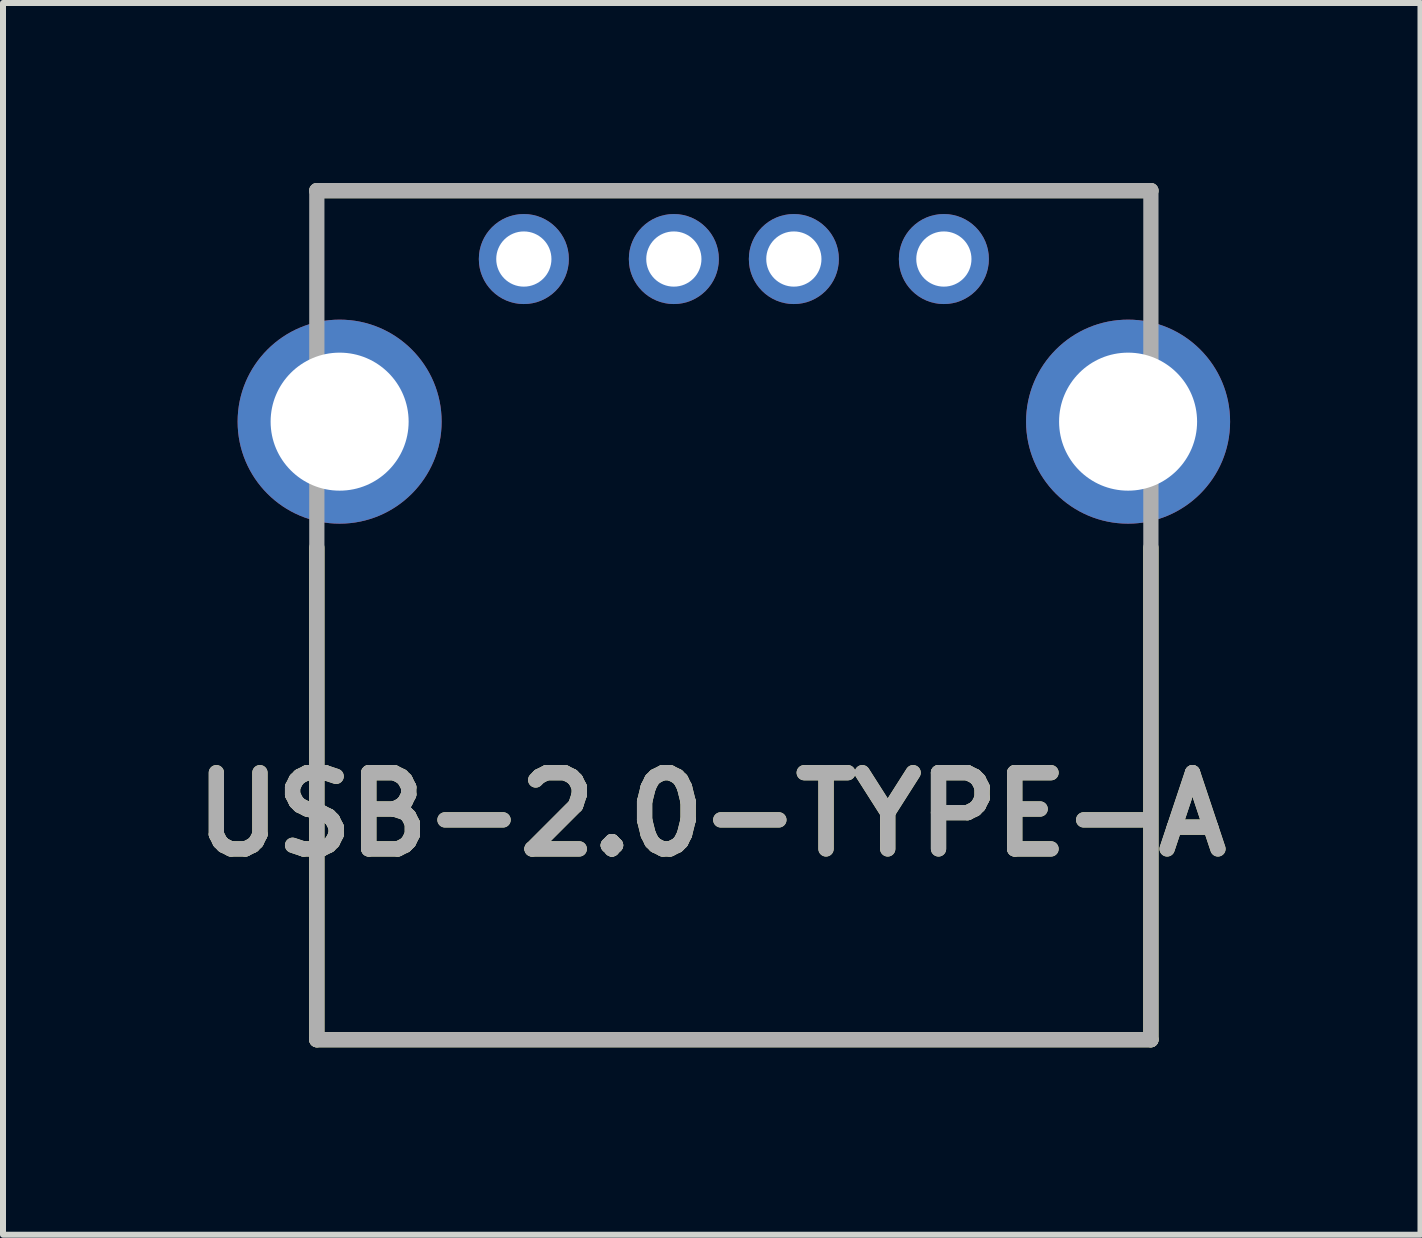
<source format=kicad_pcb>
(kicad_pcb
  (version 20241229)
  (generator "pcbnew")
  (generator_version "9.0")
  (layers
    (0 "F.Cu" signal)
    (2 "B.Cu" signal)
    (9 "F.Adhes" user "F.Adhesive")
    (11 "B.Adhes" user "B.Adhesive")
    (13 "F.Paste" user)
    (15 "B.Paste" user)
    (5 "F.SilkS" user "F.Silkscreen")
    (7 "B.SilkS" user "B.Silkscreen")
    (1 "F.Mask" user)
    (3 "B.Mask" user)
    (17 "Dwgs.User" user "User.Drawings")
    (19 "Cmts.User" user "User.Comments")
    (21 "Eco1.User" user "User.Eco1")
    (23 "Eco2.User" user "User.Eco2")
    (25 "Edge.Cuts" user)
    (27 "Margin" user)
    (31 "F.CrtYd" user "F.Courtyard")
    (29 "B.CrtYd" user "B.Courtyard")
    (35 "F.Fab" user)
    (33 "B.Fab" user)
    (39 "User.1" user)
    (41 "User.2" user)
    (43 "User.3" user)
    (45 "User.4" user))
  (footprint "USB-2.0-TYPE-A"
    (layer "F.Cu")
    (at 9.18 14.277)
    (property "Reference" "USB-2.0-TYPE-A" (at -0.369 -3.754 0) (layer "F.SilkS") (effects (font (size 1.27 1.27) (thickness 0.254))))
    (attr through_hole)
    (fp_line (start -6.95 -14.15) (end 6.95 -14.15) (stroke (width 0.254) (type solid)) (layer "F.SilkS"))
    (fp_line (start -6.95 0) (end -6.95 -8.2) (stroke (width 0.254) (type solid)) (layer "F.SilkS"))
    (fp_line (start 6.95 0) (end -6.95 0) (stroke (width 0.254) (type solid)) (layer "F.SilkS"))
    (fp_line (start 6.95 0) (end 6.95 -8.2) (stroke (width 0.254) (type solid)) (layer "F.SilkS"))
    (fp_line (start -6.95 -14.15) (end 6.95 -14.15) (stroke (width 0.254) (type solid)) (layer "F.Fab"))
    (fp_line (start -6.95 0) (end -6.95 -14.15) (stroke (width 0.254) (type solid)) (layer "F.Fab"))
    (fp_line (start 6.95 -14.15) (end 6.95 0) (stroke (width 0.254) (type solid)) (layer "F.Fab"))
    (fp_line (start 6.95 0) (end -6.95 0) (stroke (width 0.254) (type solid)) (layer "F.Fab"))
    (fp_text user "${REFERENCE}" (at -0.369 -3.754 0) (layer "F.Fab") (effects (font (size 1.27 1.27) (thickness 0.254))))
    (pad "1" thru_hole circle (at -3.5 -13.01) (size 1.5 1.5) (drill 0.92) (layers "*.Cu" "*.Mask"))
    (pad "2" thru_hole circle (at -1 -13.01) (size 1.5 1.5) (drill 0.92) (layers "*.Cu" "*.Mask"))
    (pad "3" thru_hole circle (at 1 -13.01) (size 1.5 1.5) (drill 0.92) (layers "*.Cu" "*.Mask"))
    (pad "4" thru_hole circle (at 3.5 -13.01) (size 1.5 1.5) (drill 0.92) (layers "*.Cu" "*.Mask"))
    (pad "5" thru_hole circle (at -6.57 -10.3) (size 3.4 3.4) (drill 2.3) (layers "*.Cu" "*.Mask"))
    (pad "6" thru_hole circle (at 6.57 -10.3) (size 3.4 3.4) (drill 2.3) (layers "*.Cu" "*.Mask")))
  (gr_rect
    (start -3 -3)
    (end 20.623 17.527)
    (stroke (width 0.1) (type default))
    (fill no)
    (layer "Edge.Cuts")))
</source>
